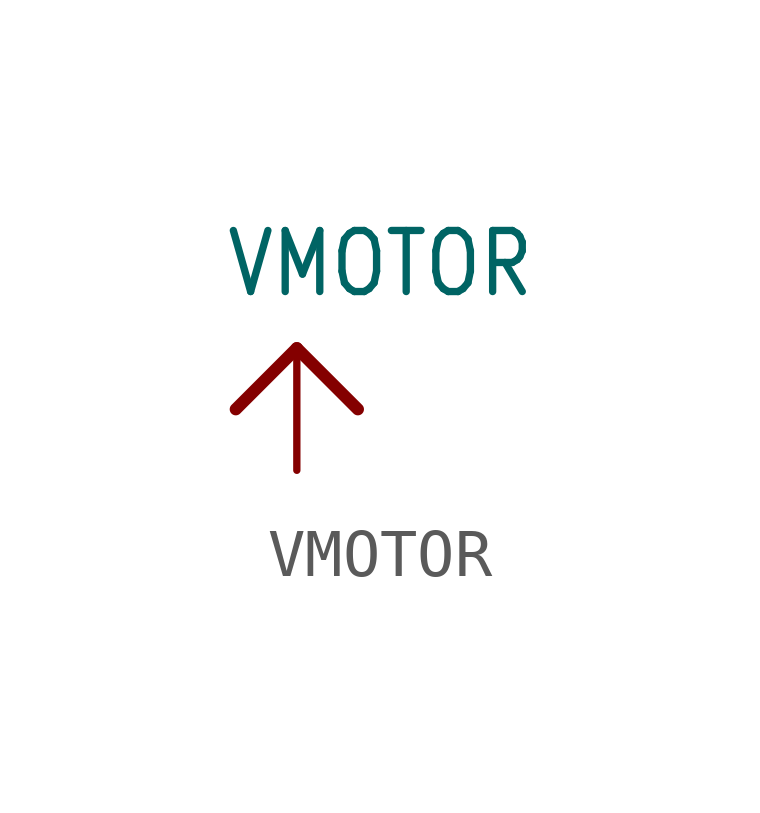
<source format=kicad_sym>
(kicad_symbol_lib
  (version 20211014)
  (generator kicad_symbol_editor)
  (symbol "VMOTOR"
    (power)
    (property "Reference" ""
      (at 0 0 0)
      (effects (font (size 1.27 1.27)) hide))
    (property "Value" "VMOTOR"
      (at -1.524 1.016 0)
      (effects (font (size 1.27 1.079)) (justify left bottom)))
    (property "ki_locked" ""
      (at 0 0 0)
      (effects (font (size 1.27 1.27))))
    (symbol "VMOTOR_1_0"
      (polyline (pts (xy -1.27 -1.27) (xy 0 0)) (stroke (width 0.254) (type default) (color 0 0 0 0)) (fill (type none)))
      (polyline (pts (xy 0 0) (xy 1.27 -1.27)) (stroke (width 0.254) (type default) (color 0 0 0 0)) (fill (type none)))
      (pin power_in line (at 0 -2.54 90) (length 2.54) (name "VMOTOR" (effects (font (size 0 0)))) (number "1" (effects (font (size 0 0))))))))
</source>
